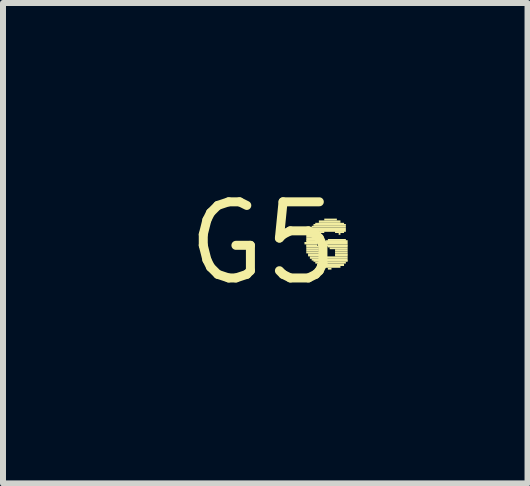
<source format=kicad_pcb>
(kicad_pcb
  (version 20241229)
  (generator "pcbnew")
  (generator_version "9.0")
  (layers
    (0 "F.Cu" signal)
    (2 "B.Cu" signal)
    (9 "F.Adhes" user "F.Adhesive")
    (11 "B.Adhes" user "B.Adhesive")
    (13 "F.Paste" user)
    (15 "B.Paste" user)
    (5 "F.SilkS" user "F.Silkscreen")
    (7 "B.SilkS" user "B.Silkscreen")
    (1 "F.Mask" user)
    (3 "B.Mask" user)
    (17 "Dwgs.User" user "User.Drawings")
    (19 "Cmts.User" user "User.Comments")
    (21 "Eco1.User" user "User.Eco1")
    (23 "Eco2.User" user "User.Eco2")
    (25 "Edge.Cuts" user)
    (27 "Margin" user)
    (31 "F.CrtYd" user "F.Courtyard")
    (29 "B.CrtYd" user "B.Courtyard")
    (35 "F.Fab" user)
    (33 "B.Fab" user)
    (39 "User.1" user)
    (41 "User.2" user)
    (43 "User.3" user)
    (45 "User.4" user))
  (footprint "G5"
    (layer "F.Cu")
    (at 1.338 1.006)
    (property "Reference" "G5" (at 0 0 0) (layer "F.SilkS") (effects (font (size 1.27 1.27) (thickness 0.15))))
    (fp_poly (pts (xy 0.69 0.02) (xy 0.9 0.02) (xy 0.9 -0.02) (xy 0.69 -0.02)) (stroke (width 0) (type default)) (fill yes) (layer "F.SilkS"))
    (fp_poly (pts (xy 0.72 -0.14) (xy 0.96 -0.14) (xy 0.96 -0.17) (xy 0.72 -0.17)) (stroke (width 0) (type default)) (fill yes) (layer "F.SilkS"))
    (fp_poly (pts (xy 0.72 -0.1) (xy 0.96 -0.1) (xy 0.96 -0.14) (xy 0.72 -0.14)) (stroke (width 0) (type default)) (fill yes) (layer "F.SilkS"))
    (fp_poly (pts (xy 0.72 -0.07) (xy 0.93 -0.07) (xy 0.93 -0.1) (xy 0.72 -0.1)) (stroke (width 0) (type default)) (fill yes) (layer "F.SilkS"))
    (fp_poly (pts (xy 0.72 -0.04) (xy 0.93 -0.04) (xy 0.93 -0.07) (xy 0.72 -0.07)) (stroke (width 0) (type default)) (fill yes) (layer "F.SilkS"))
    (fp_poly (pts (xy 0.72 -0.02) (xy 0.9 -0.02) (xy 0.9 -0.05) (xy 0.72 -0.05)) (stroke (width 0) (type default)) (fill yes) (layer "F.SilkS"))
    (fp_poly (pts (xy 0.72 0.05) (xy 0.9 0.05) (xy 0.9 0.02) (xy 0.72 0.02)) (stroke (width 0) (type default)) (fill yes) (layer "F.SilkS"))
    (fp_poly (pts (xy 0.72 0.07) (xy 0.93 0.07) (xy 0.93 0.04) (xy 0.72 0.04)) (stroke (width 0) (type default)) (fill yes) (layer "F.SilkS"))
    (fp_poly (pts (xy 0.72 0.1) (xy 0.93 0.1) (xy 0.93 0.07) (xy 0.72 0.07)) (stroke (width 0) (type default)) (fill yes) (layer "F.SilkS"))
    (fp_poly (pts (xy 0.72 0.14) (xy 0.93 0.14) (xy 0.93 0.1) (xy 0.72 0.1)) (stroke (width 0) (type default)) (fill yes) (layer "F.SilkS"))
    (fp_poly (pts (xy 0.72 0.17) (xy 0.96 0.17) (xy 0.96 0.14) (xy 0.72 0.14)) (stroke (width 0) (type default)) (fill yes) (layer "F.SilkS"))
    (fp_poly (pts (xy 0.75 -0.19) (xy 1.38 -0.19) (xy 1.38 -0.22) (xy 0.75 -0.22)) (stroke (width 0) (type default)) (fill yes) (layer "F.SilkS"))
    (fp_poly (pts (xy 0.75 -0.17) (xy 1.02 -0.17) (xy 1.02 -0.2) (xy 0.75 -0.2)) (stroke (width 0) (type default)) (fill yes) (layer "F.SilkS"))
    (fp_poly (pts (xy 0.75 0.2) (xy 0.99 0.2) (xy 0.99 0.17) (xy 0.75 0.17)) (stroke (width 0) (type default)) (fill yes) (layer "F.SilkS"))
    (fp_poly (pts (xy 0.75 0.22) (xy 1.05 0.22) (xy 1.05 0.19) (xy 0.75 0.19)) (stroke (width 0) (type default)) (fill yes) (layer "F.SilkS"))
    (fp_poly (pts (xy 0.78 -0.22) (xy 1.38 -0.22) (xy 1.38 -0.26) (xy 0.78 -0.26)) (stroke (width 0) (type default)) (fill yes) (layer "F.SilkS"))
    (fp_poly (pts (xy 0.78 0.26) (xy 1.41 0.26) (xy 1.41 0.22) (xy 0.78 0.22)) (stroke (width 0) (type default)) (fill yes) (layer "F.SilkS"))
    (fp_poly (pts (xy 0.81 -0.26) (xy 1.38 -0.26) (xy 1.38 -0.29) (xy 0.81 -0.29)) (stroke (width 0) (type default)) (fill yes) (layer "F.SilkS"))
    (fp_poly (pts (xy 0.81 0.29) (xy 1.41 0.29) (xy 1.41 0.26) (xy 0.81 0.26)) (stroke (width 0) (type default)) (fill yes) (layer "F.SilkS"))
    (fp_poly (pts (xy 0.84 -0.29) (xy 1.38 -0.29) (xy 1.38 -0.32) (xy 0.84 -0.32)) (stroke (width 0) (type default)) (fill yes) (layer "F.SilkS"))
    (fp_poly (pts (xy 0.84 0.31) (xy 1.41 0.31) (xy 1.41 0.28) (xy 0.84 0.28)) (stroke (width 0) (type default)) (fill yes) (layer "F.SilkS"))
    (fp_poly (pts (xy 0.87 -0.31) (xy 1.35 -0.31) (xy 1.35 -0.34) (xy 0.87 -0.34)) (stroke (width 0) (type default)) (fill yes) (layer "F.SilkS"))
    (fp_poly (pts (xy 0.87 0.34) (xy 1.38 0.34) (xy 1.38 0.31) (xy 0.87 0.31)) (stroke (width 0) (type default)) (fill yes) (layer "F.SilkS"))
    (fp_poly (pts (xy 0.9 0.38) (xy 1.35 0.38) (xy 1.35 0.34) (xy 0.9 0.34)) (stroke (width 0) (type default)) (fill yes) (layer "F.SilkS"))
    (fp_poly (pts (xy 0.93 -0.34) (xy 1.29 -0.34) (xy 1.29 -0.38) (xy 0.93 -0.38)) (stroke (width 0) (type default)) (fill yes) (layer "F.SilkS"))
    (fp_poly (pts (xy 0.96 0.41) (xy 1.29 0.41) (xy 1.29 0.38) (xy 0.96 0.38)) (stroke (width 0) (type default)) (fill yes) (layer "F.SilkS"))
    (fp_poly (pts (xy 1.02 -0.38) (xy 1.23 -0.38) (xy 1.23 -0.41) (xy 1.02 -0.41)) (stroke (width 0) (type default)) (fill yes) (layer "F.SilkS"))
    (fp_poly (pts (xy 1.05 -0.02) (xy 1.41 -0.02) (xy 1.41 -0.05) (xy 1.05 -0.05)) (stroke (width 0) (type default)) (fill yes) (layer "F.SilkS"))
    (fp_poly (pts (xy 1.05 0.02) (xy 1.41 0.02) (xy 1.41 -0.02) (xy 1.05 -0.02)) (stroke (width 0) (type default)) (fill yes) (layer "F.SilkS"))
    (fp_poly (pts (xy 1.05 0.05) (xy 1.41 0.05) (xy 1.41 0.02) (xy 1.05 0.02)) (stroke (width 0) (type default)) (fill yes) (layer "F.SilkS"))
    (fp_poly (pts (xy 1.08 -0.04) (xy 1.38 -0.04) (xy 1.38 -0.07) (xy 1.08 -0.07)) (stroke (width 0) (type default)) (fill yes) (layer "F.SilkS"))
    (fp_poly (pts (xy 1.08 0.07) (xy 1.41 0.07) (xy 1.41 0.04) (xy 1.08 0.04)) (stroke (width 0) (type default)) (fill yes) (layer "F.SilkS"))
    (fp_poly (pts (xy 1.08 0.44) (xy 1.14 0.44) (xy 1.14 0.41) (xy 1.08 0.41)) (stroke (width 0) (type default)) (fill yes) (layer "F.SilkS"))
    (fp_poly (pts (xy 1.11 0.1) (xy 1.41 0.1) (xy 1.41 0.07) (xy 1.11 0.07)) (stroke (width 0) (type default)) (fill yes) (layer "F.SilkS"))
    (fp_poly (pts (xy 1.2 -0.17) (xy 1.35 -0.17) (xy 1.35 -0.2) (xy 1.2 -0.2)) (stroke (width 0) (type default)) (fill yes) (layer "F.SilkS"))
    (fp_poly (pts (xy 1.2 0.14) (xy 1.41 0.14) (xy 1.41 0.1) (xy 1.2 0.1)) (stroke (width 0) (type default)) (fill yes) (layer "F.SilkS"))
    (fp_poly (pts (xy 1.2 0.17) (xy 1.41 0.17) (xy 1.41 0.14) (xy 1.2 0.14)) (stroke (width 0) (type default)) (fill yes) (layer "F.SilkS"))
    (fp_poly (pts (xy 1.2 0.2) (xy 1.41 0.2) (xy 1.41 0.17) (xy 1.2 0.17)) (stroke (width 0) (type default)) (fill yes) (layer "F.SilkS"))
    (fp_poly (pts (xy 1.2 0.22) (xy 1.41 0.22) (xy 1.41 0.19) (xy 1.2 0.19)) (stroke (width 0) (type default)) (fill yes) (layer "F.SilkS"))
    (fp_poly (pts (xy 1.26 -0.14) (xy 1.29 -0.14) (xy 1.29 -0.17) (xy 1.26 -0.17)) (stroke (width 0) (type default)) (fill yes) (layer "F.SilkS")))
  (gr_rect
    (start -3 -3)
    (end 5.748 5.012)
    (stroke (width 0.1) (type default))
    (fill no)
    (layer "Edge.Cuts")))
</source>
